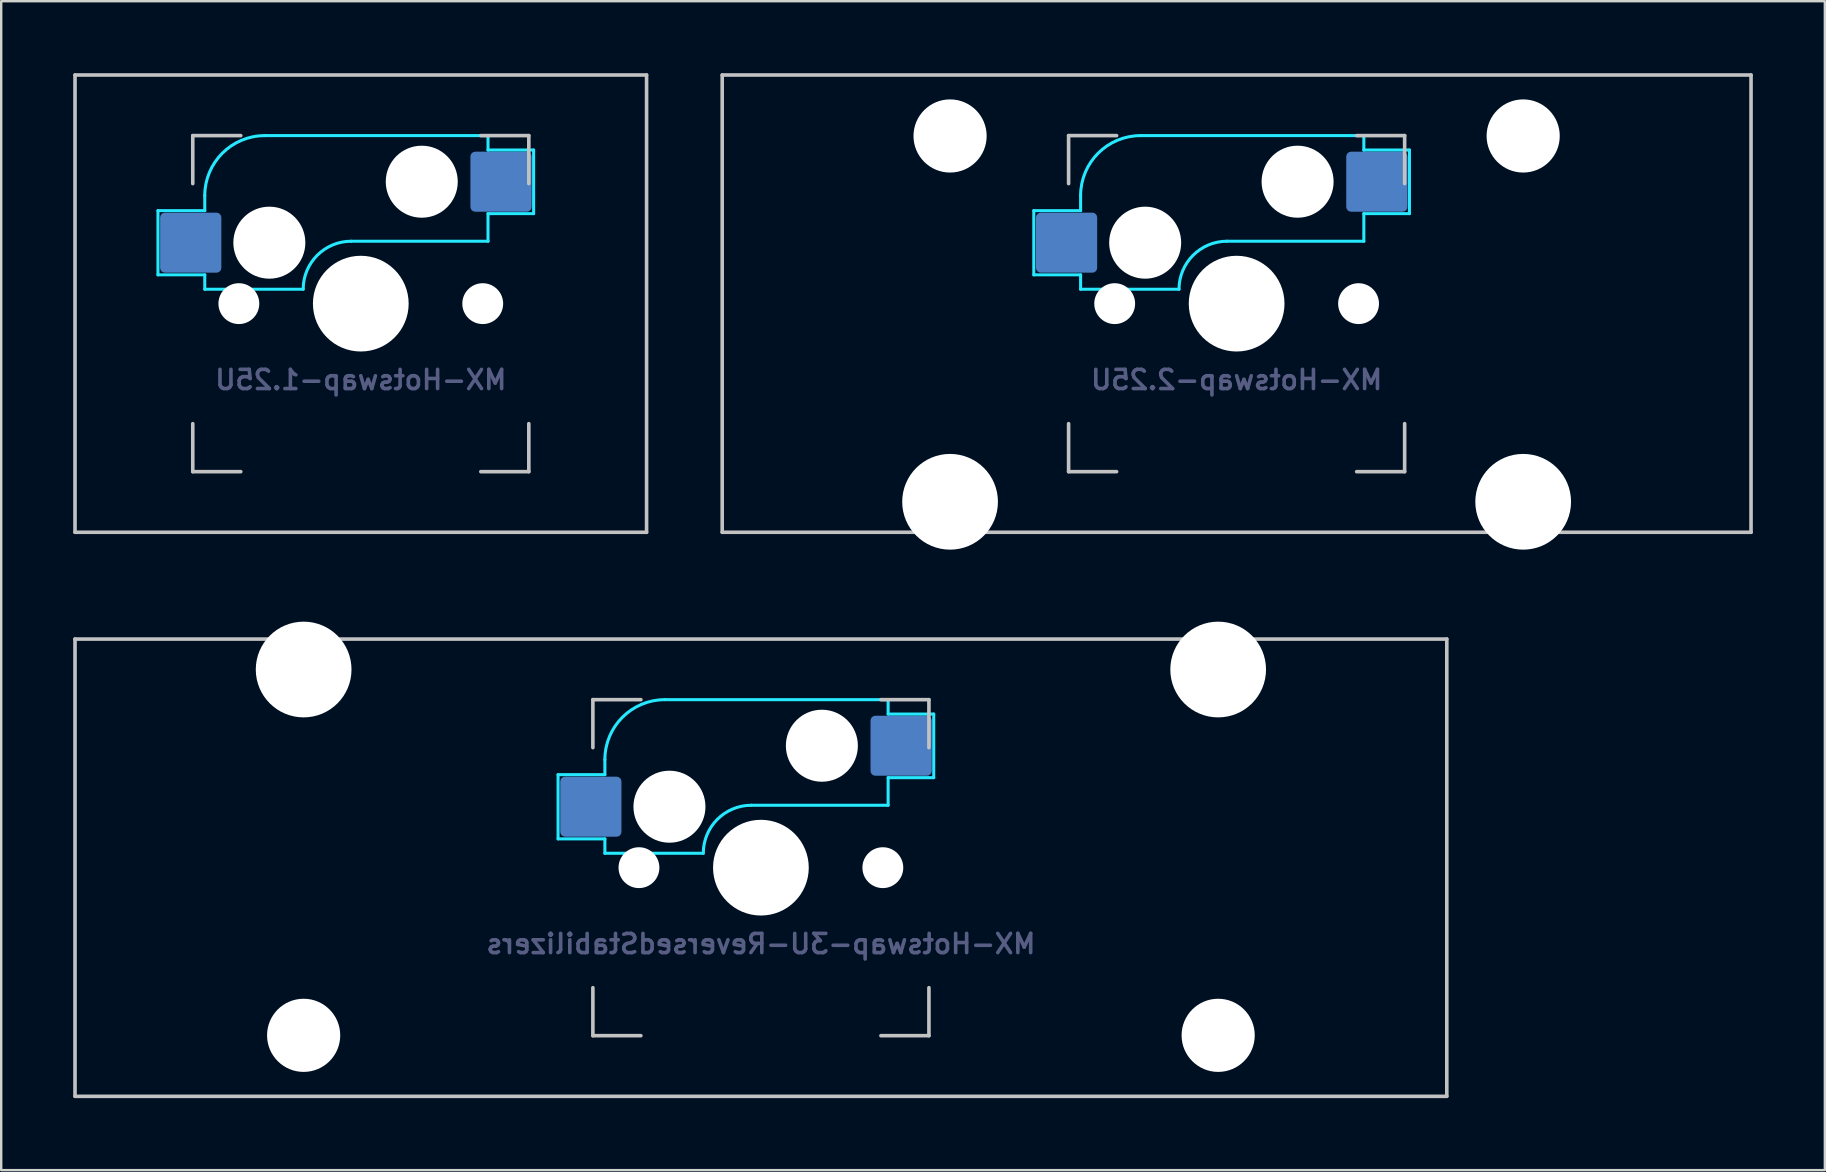
<source format=kicad_pcb>
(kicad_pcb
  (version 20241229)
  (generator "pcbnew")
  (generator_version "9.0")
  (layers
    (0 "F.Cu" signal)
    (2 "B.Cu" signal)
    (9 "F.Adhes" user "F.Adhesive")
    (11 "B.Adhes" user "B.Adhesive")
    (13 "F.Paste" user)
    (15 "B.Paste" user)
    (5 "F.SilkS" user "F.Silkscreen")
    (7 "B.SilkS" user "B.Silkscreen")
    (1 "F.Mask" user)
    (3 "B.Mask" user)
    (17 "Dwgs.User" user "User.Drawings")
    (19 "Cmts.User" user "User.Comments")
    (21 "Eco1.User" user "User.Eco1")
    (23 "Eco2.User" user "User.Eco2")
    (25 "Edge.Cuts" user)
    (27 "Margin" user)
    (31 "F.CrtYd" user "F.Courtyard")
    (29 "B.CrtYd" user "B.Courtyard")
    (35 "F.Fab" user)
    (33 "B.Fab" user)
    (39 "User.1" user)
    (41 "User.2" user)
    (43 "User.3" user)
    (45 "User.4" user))
  (footprint "MX-Hotswap-1.25U"
    (layer "F.Cu")
    (at 11.981 9.6)
    (property "Reference" "MX-Hotswap-1.25U" (at 0 3.175 0) (layer "B.Fab") (effects (font (size 0.8 0.8) (thickness 0.15)) (justify mirror)))
    (attr smd)
    (fp_line (start -11.906 9.525) (end -11.906 -9.525) (stroke (width 0.15) (type solid)) (layer "Dwgs.User"))
    (fp_line (start -7 -7) (end -7 -5) (stroke (width 0.15) (type solid)) (layer "Dwgs.User"))
    (fp_line (start -7 5) (end -7 7) (stroke (width 0.15) (type solid)) (layer "Dwgs.User"))
    (fp_line (start -7 7) (end -5 7) (stroke (width 0.15) (type solid)) (layer "Dwgs.User"))
    (fp_line (start -5 -7) (end -7 -7) (stroke (width 0.15) (type solid)) (layer "Dwgs.User"))
    (fp_line (start 5 -7) (end 7 -7) (stroke (width 0.15) (type solid)) (layer "Dwgs.User"))
    (fp_line (start 5 7) (end 7 7) (stroke (width 0.15) (type solid)) (layer "Dwgs.User"))
    (fp_line (start 7 -7) (end 7 -5) (stroke (width 0.15) (type solid)) (layer "Dwgs.User"))
    (fp_line (start 7 7) (end 7 5) (stroke (width 0.15) (type solid)) (layer "Dwgs.User"))
    (fp_line (start 11.906 -9.525) (end -11.906 -9.525) (stroke (width 0.15) (type solid)) (layer "Dwgs.User"))
    (fp_line (start 11.906 9.525) (end -11.906 9.525) (stroke (width 0.15) (type solid)) (layer "Dwgs.User"))
    (fp_line (start 11.906 9.525) (end 11.906 -9.525) (stroke (width 0.15) (type solid)) (layer "Dwgs.User"))
    (fp_line (start -8.45 -3.875) (end -8.45 -1.2) (stroke (width 0.127) (type solid)) (layer "B.CrtYd"))
    (fp_line (start -8.45 -1.2) (end -6.5 -1.2) (stroke (width 0.127) (type solid)) (layer "B.CrtYd"))
    (fp_line (start -6.5 -4.5) (end -6.5 -3.875) (stroke (width 0.127) (type solid)) (layer "B.CrtYd"))
    (fp_line (start -6.5 -3.875) (end -8.45 -3.875) (stroke (width 0.127) (type solid)) (layer "B.CrtYd"))
    (fp_line (start -6.5 -0.6) (end -6.5 -1.2) (stroke (width 0.127) (type solid)) (layer "B.CrtYd"))
    (fp_line (start -6.5 -0.6) (end -2.4 -0.6) (stroke (width 0.127) (type solid)) (layer "B.CrtYd"))
    (fp_line (start -0.4 -2.6) (end 5.3 -2.6) (stroke (width 0.127) (type solid)) (layer "B.CrtYd"))
    (fp_line (start 5.3 -7) (end -4 -7) (stroke (width 0.127) (type solid)) (layer "B.CrtYd"))
    (fp_line (start 5.3 -7) (end 5.3 -6.4) (stroke (width 0.127) (type solid)) (layer "B.CrtYd"))
    (fp_line (start 5.3 -6.4) (end 7.2 -6.4) (stroke (width 0.127) (type solid)) (layer "B.CrtYd"))
    (fp_line (start 5.3 -2.6) (end 5.3 -3.75) (stroke (width 0.127) (type solid)) (layer "B.CrtYd"))
    (fp_line (start 7.2 -6.4) (end 7.2 -3.75) (stroke (width 0.127) (type solid)) (layer "B.CrtYd"))
    (fp_line (start 7.2 -3.75) (end 5.3 -3.75) (stroke (width 0.127) (type solid)) (layer "B.CrtYd"))
    (fp_arc (start -6.5 -4.5) (mid -5.767767 -6.267767) (end -4 -7) (stroke (width 0.127) (type solid)) (layer "B.CrtYd"))
    (fp_arc (start -2.4 -0.6) (mid -1.814214 -2.014214) (end -0.4 -2.6) (stroke (width 0.127) (type solid)) (layer "B.CrtYd"))
    (pad "" np_thru_hole circle (at -5.08 0 48.099) (size 1.702 1.702) (drill 1.702) (layers "*.Cu" "*.Mask"))
    (pad "" np_thru_hole circle (at -3.81 -2.54) (size 3 3) (drill 3) (layers "*.Cu" "*.Mask"))
    (pad "" np_thru_hole circle (at 0 0) (size 3.988 3.988) (drill 3.988) (layers "*.Cu" "*.Mask"))
    (pad "" np_thru_hole circle (at 2.54 -5.08) (size 3 3) (drill 3) (layers "*.Cu" "*.Mask"))
    (pad "" np_thru_hole circle (at 5.08 0 48.099) (size 1.702 1.702) (drill 1.702) (layers "*.Cu" "*.Mask"))
    (pad "1" smd roundrect (at -7.085 -2.54) (size 2.55 2.5) (layers "B.Cu" "B.Mask" "B.Paste") (roundrect_rratio 0.08))
    (pad "2" smd roundrect (at 5.842 -5.08) (size 2.55 2.5) (layers "B.Cu" "B.Mask" "B.Paste") (roundrect_rratio 0.08)))
  (footprint "MX-Hotswap-3U-ReversedStabilizers"
    (layer "F.Cu")
    (at 28.65 33.098)
    (property "Reference" "MX-Hotswap-3U-ReversedStabilizers" (at 0 3.175 0) (layer "B.Fab") (effects (font (size 0.8 0.8) (thickness 0.15)) (justify mirror)))
    (attr smd)
    (fp_line (start -28.575 9.525) (end -28.575 -9.525) (stroke (width 0.15) (type solid)) (layer "Dwgs.User"))
    (fp_line (start -7 -7) (end -7 -5) (stroke (width 0.15) (type solid)) (layer "Dwgs.User"))
    (fp_line (start -7 5) (end -7 7) (stroke (width 0.15) (type solid)) (layer "Dwgs.User"))
    (fp_line (start -7 7) (end -5 7) (stroke (width 0.15) (type solid)) (layer "Dwgs.User"))
    (fp_line (start -5 -7) (end -7 -7) (stroke (width 0.15) (type solid)) (layer "Dwgs.User"))
    (fp_line (start 5 -7) (end 7 -7) (stroke (width 0.15) (type solid)) (layer "Dwgs.User"))
    (fp_line (start 5 7) (end 7 7) (stroke (width 0.15) (type solid)) (layer "Dwgs.User"))
    (fp_line (start 7 -7) (end 7 -5) (stroke (width 0.15) (type solid)) (layer "Dwgs.User"))
    (fp_line (start 7 7) (end 7 5) (stroke (width 0.15) (type solid)) (layer "Dwgs.User"))
    (fp_line (start 28.575 -9.525) (end -28.575 -9.525) (stroke (width 0.15) (type solid)) (layer "Dwgs.User"))
    (fp_line (start 28.575 9.525) (end -28.575 9.525) (stroke (width 0.15) (type solid)) (layer "Dwgs.User"))
    (fp_line (start 28.575 9.525) (end 28.575 -9.525) (stroke (width 0.15) (type solid)) (layer "Dwgs.User"))
    (fp_line (start -8.45 -3.875) (end -8.45 -1.2) (stroke (width 0.127) (type solid)) (layer "B.CrtYd"))
    (fp_line (start -8.45 -1.2) (end -6.5 -1.2) (stroke (width 0.127) (type solid)) (layer "B.CrtYd"))
    (fp_line (start -6.5 -4.5) (end -6.5 -3.875) (stroke (width 0.127) (type solid)) (layer "B.CrtYd"))
    (fp_line (start -6.5 -3.875) (end -8.45 -3.875) (stroke (width 0.127) (type solid)) (layer "B.CrtYd"))
    (fp_line (start -6.5 -0.6) (end -6.5 -1.2) (stroke (width 0.127) (type solid)) (layer "B.CrtYd"))
    (fp_line (start -6.5 -0.6) (end -2.4 -0.6) (stroke (width 0.127) (type solid)) (layer "B.CrtYd"))
    (fp_line (start -0.4 -2.6) (end 5.3 -2.6) (stroke (width 0.127) (type solid)) (layer "B.CrtYd"))
    (fp_line (start 5.3 -7) (end -4 -7) (stroke (width 0.127) (type solid)) (layer "B.CrtYd"))
    (fp_line (start 5.3 -7) (end 5.3 -6.4) (stroke (width 0.127) (type solid)) (layer "B.CrtYd"))
    (fp_line (start 5.3 -6.4) (end 7.2 -6.4) (stroke (width 0.127) (type solid)) (layer "B.CrtYd"))
    (fp_line (start 5.3 -2.6) (end 5.3 -3.75) (stroke (width 0.127) (type solid)) (layer "B.CrtYd"))
    (fp_line (start 7.2 -6.4) (end 7.2 -3.75) (stroke (width 0.127) (type solid)) (layer "B.CrtYd"))
    (fp_line (start 7.2 -3.75) (end 5.3 -3.75) (stroke (width 0.127) (type solid)) (layer "B.CrtYd"))
    (fp_arc (start -6.5 -4.5) (mid -5.767767 -6.267767) (end -4 -7) (stroke (width 0.127) (type solid)) (layer "B.CrtYd"))
    (fp_arc (start -2.4 -0.6) (mid -1.814214 -2.014214) (end -0.4 -2.6) (stroke (width 0.127) (type solid)) (layer "B.CrtYd"))
    (pad "" np_thru_hole circle (at -19.05 -8.255) (size 3.988 3.988) (drill 3.988) (layers "*.Cu" "*.Mask"))
    (pad "" np_thru_hole circle (at -19.05 6.985) (size 3.048 3.048) (drill 3.048) (layers "*.Cu" "*.Mask"))
    (pad "" np_thru_hole circle (at -5.08 0 48.099) (size 1.702 1.702) (drill 1.702) (layers "*.Cu" "*.Mask"))
    (pad "" np_thru_hole circle (at -3.81 -2.54) (size 3 3) (drill 3) (layers "*.Cu" "*.Mask"))
    (pad "" np_thru_hole circle (at 0 0) (size 3.988 3.988) (drill 3.988) (layers "*.Cu" "*.Mask"))
    (pad "" np_thru_hole circle (at 2.54 -5.08) (size 3 3) (drill 3) (layers "*.Cu" "*.Mask"))
    (pad "" np_thru_hole circle (at 5.08 0 48.099) (size 1.702 1.702) (drill 1.702) (layers "*.Cu" "*.Mask"))
    (pad "" np_thru_hole circle (at 19.05 -8.255) (size 3.988 3.988) (drill 3.988) (layers "*.Cu" "*.Mask"))
    (pad "" np_thru_hole circle (at 19.05 6.985) (size 3.048 3.048) (drill 3.048) (layers "*.Cu" "*.Mask"))
    (pad "1" smd roundrect (at -7.085 -2.54) (size 2.55 2.5) (layers "B.Cu" "B.Mask" "B.Paste") (roundrect_rratio 0.08))
    (pad "2" smd roundrect (at 5.842 -5.08) (size 2.55 2.5) (layers "B.Cu" "B.Mask" "B.Paste") (roundrect_rratio 0.08)))
  (footprint "MX-Hotswap-2.25U"
    (layer "F.Cu")
    (at 48.469 9.6)
    (property "Reference" "MX-Hotswap-2.25U" (at 0 3.175 0) (layer "B.Fab") (effects (font (size 0.8 0.8) (thickness 0.15)) (justify mirror)))
    (attr smd)
    (fp_line (start -21.431 9.525) (end -21.431 -9.525) (stroke (width 0.15) (type solid)) (layer "Dwgs.User"))
    (fp_line (start -7 -7) (end -7 -5) (stroke (width 0.15) (type solid)) (layer "Dwgs.User"))
    (fp_line (start -7 5) (end -7 7) (stroke (width 0.15) (type solid)) (layer "Dwgs.User"))
    (fp_line (start -7 7) (end -5 7) (stroke (width 0.15) (type solid)) (layer "Dwgs.User"))
    (fp_line (start -5 -7) (end -7 -7) (stroke (width 0.15) (type solid)) (layer "Dwgs.User"))
    (fp_line (start 5 -7) (end 7 -7) (stroke (width 0.15) (type solid)) (layer "Dwgs.User"))
    (fp_line (start 5 7) (end 7 7) (stroke (width 0.15) (type solid)) (layer "Dwgs.User"))
    (fp_line (start 7 -7) (end 7 -5) (stroke (width 0.15) (type solid)) (layer "Dwgs.User"))
    (fp_line (start 7 7) (end 7 5) (stroke (width 0.15) (type solid)) (layer "Dwgs.User"))
    (fp_line (start 21.431 -9.525) (end -21.431 -9.525) (stroke (width 0.15) (type solid)) (layer "Dwgs.User"))
    (fp_line (start 21.431 9.525) (end -21.431 9.525) (stroke (width 0.15) (type solid)) (layer "Dwgs.User"))
    (fp_line (start 21.431 9.525) (end 21.431 -9.525) (stroke (width 0.15) (type solid)) (layer "Dwgs.User"))
    (fp_line (start -8.45 -3.875) (end -8.45 -1.2) (stroke (width 0.127) (type solid)) (layer "B.CrtYd"))
    (fp_line (start -8.45 -1.2) (end -6.5 -1.2) (stroke (width 0.127) (type solid)) (layer "B.CrtYd"))
    (fp_line (start -6.5 -4.5) (end -6.5 -3.875) (stroke (width 0.127) (type solid)) (layer "B.CrtYd"))
    (fp_line (start -6.5 -3.875) (end -8.45 -3.875) (stroke (width 0.127) (type solid)) (layer "B.CrtYd"))
    (fp_line (start -6.5 -0.6) (end -6.5 -1.2) (stroke (width 0.127) (type solid)) (layer "B.CrtYd"))
    (fp_line (start -6.5 -0.6) (end -2.4 -0.6) (stroke (width 0.127) (type solid)) (layer "B.CrtYd"))
    (fp_line (start -0.4 -2.6) (end 5.3 -2.6) (stroke (width 0.127) (type solid)) (layer "B.CrtYd"))
    (fp_line (start 5.3 -7) (end -4 -7) (stroke (width 0.127) (type solid)) (layer "B.CrtYd"))
    (fp_line (start 5.3 -7) (end 5.3 -6.4) (stroke (width 0.127) (type solid)) (layer "B.CrtYd"))
    (fp_line (start 5.3 -6.4) (end 7.2 -6.4) (stroke (width 0.127) (type solid)) (layer "B.CrtYd"))
    (fp_line (start 5.3 -2.6) (end 5.3 -3.75) (stroke (width 0.127) (type solid)) (layer "B.CrtYd"))
    (fp_line (start 7.2 -6.4) (end 7.2 -3.75) (stroke (width 0.127) (type solid)) (layer "B.CrtYd"))
    (fp_line (start 7.2 -3.75) (end 5.3 -3.75) (stroke (width 0.127) (type solid)) (layer "B.CrtYd"))
    (fp_arc (start -6.5 -4.5) (mid -5.767767 -6.267767) (end -4 -7) (stroke (width 0.127) (type solid)) (layer "B.CrtYd"))
    (fp_arc (start -2.4 -0.6) (mid -1.814214 -2.014214) (end -0.4 -2.6) (stroke (width 0.127) (type solid)) (layer "B.CrtYd"))
    (pad "" np_thru_hole circle (at -11.938 -6.985) (size 3.048 3.048) (drill 3.048) (layers "*.Cu" "*.Mask"))
    (pad "" np_thru_hole circle (at -11.938 8.255) (size 3.988 3.988) (drill 3.988) (layers "*.Cu" "*.Mask"))
    (pad "" np_thru_hole circle (at -5.08 0 48.099) (size 1.702 1.702) (drill 1.702) (layers "*.Cu" "*.Mask"))
    (pad "" np_thru_hole circle (at -3.81 -2.54) (size 3 3) (drill 3) (layers "*.Cu" "*.Mask"))
    (pad "" np_thru_hole circle (at 0 0) (size 3.988 3.988) (drill 3.988) (layers "*.Cu" "*.Mask"))
    (pad "" np_thru_hole circle (at 2.54 -5.08) (size 3 3) (drill 3) (layers "*.Cu" "*.Mask"))
    (pad "" np_thru_hole circle (at 5.08 0 48.099) (size 1.702 1.702) (drill 1.702) (layers "*.Cu" "*.Mask"))
    (pad "" np_thru_hole circle (at 11.938 -6.985) (size 3.048 3.048) (drill 3.048) (layers "*.Cu" "*.Mask"))
    (pad "" np_thru_hole circle (at 11.938 8.255) (size 3.988 3.988) (drill 3.988) (layers "*.Cu" "*.Mask"))
    (pad "1" smd roundrect (at -7.085 -2.54) (size 2.55 2.5) (layers "B.Cu" "B.Mask" "B.Paste") (roundrect_rratio 0.08))
    (pad "2" smd roundrect (at 5.842 -5.08) (size 2.55 2.5) (layers "B.Cu" "B.Mask" "B.Paste") (roundrect_rratio 0.08)))
  (gr_rect
    (start -3 -3)
    (end 72.975 45.698)
    (stroke (width 0.1) (type default))
    (fill no)
    (layer "Edge.Cuts")))
</source>
